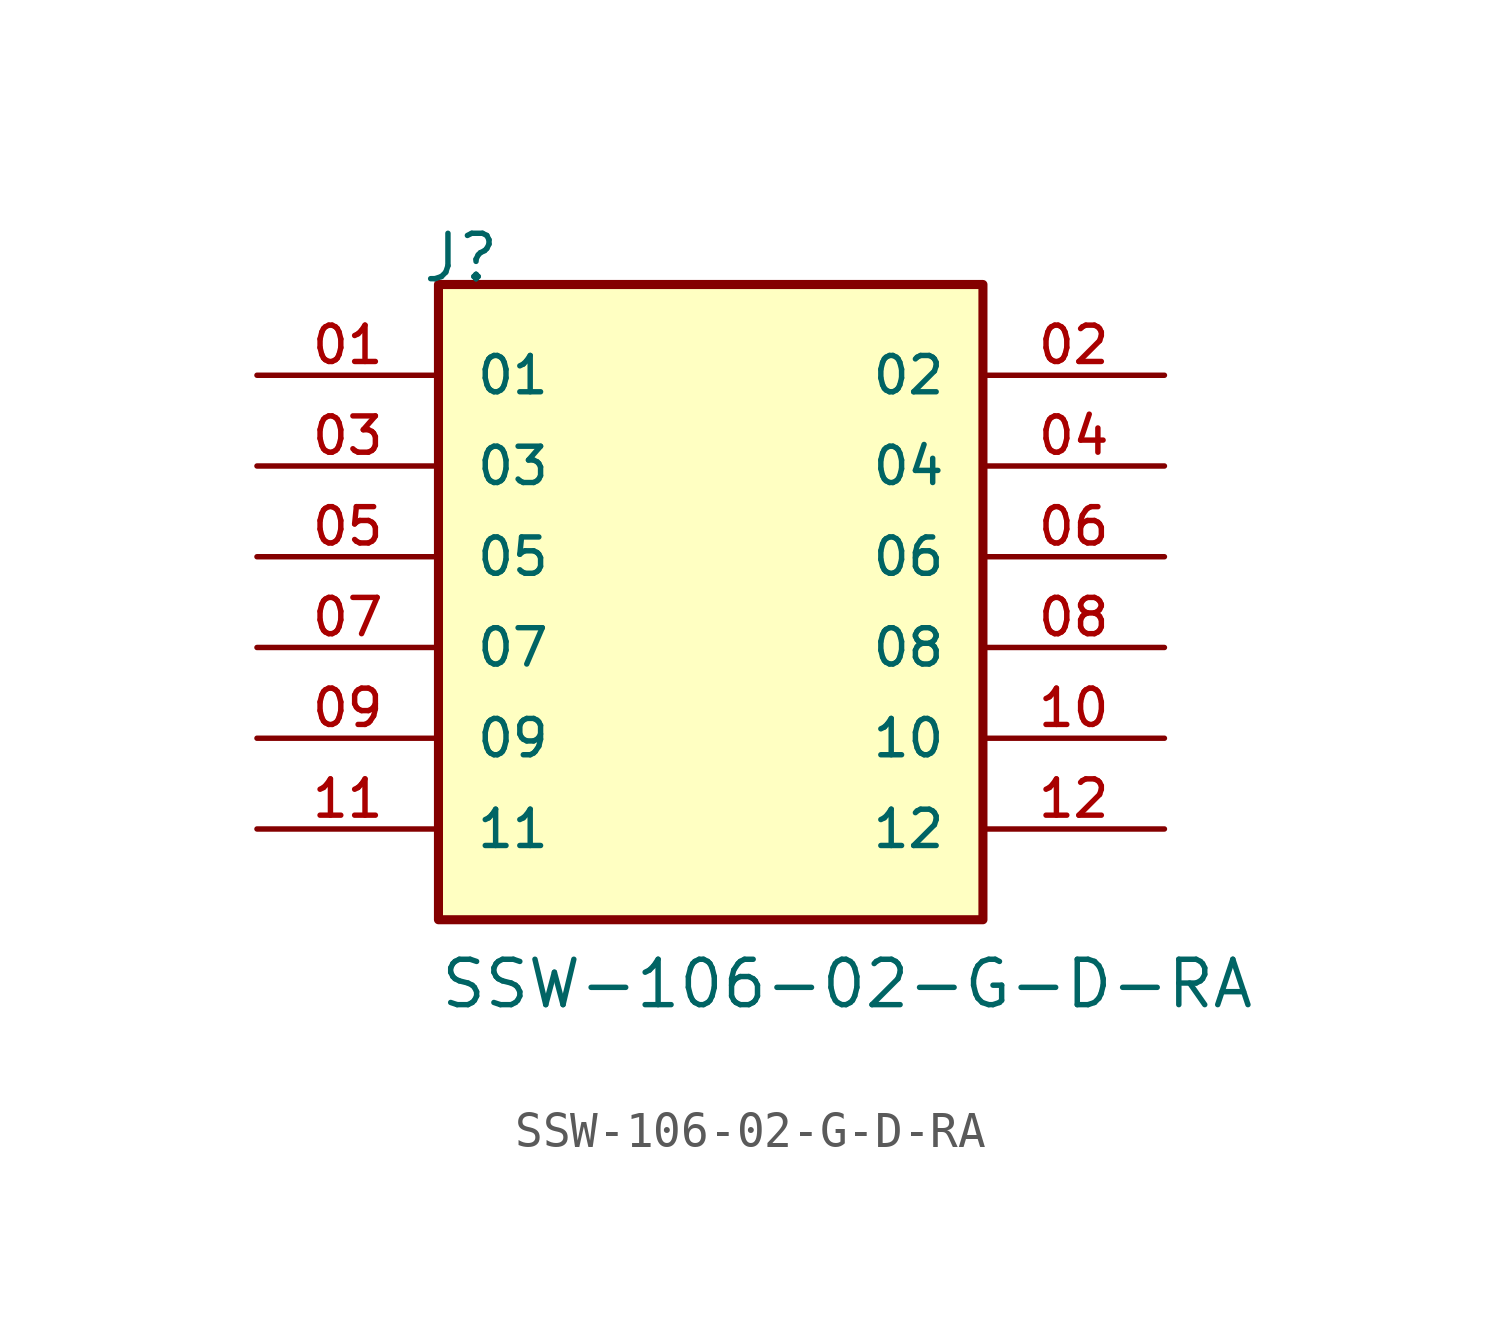
<source format=kicad_sym>
(kicad_symbol_lib
  (version 20211014)
  (generator kicad_symbol_editor)
  (symbol "SSW-106-02-G-D-RA"
    (pin_names
      (offset 1.016))
    (property "Reference" "J"
      (at -8.12 10.16 0)
      (effects (font (size 1.27 1.27)) (justify bottom left)))
    (property "Value" "SSW-106-02-G-D-RA"
      (at -7.62 -10.16 0)
      (effects (font (size 1.27 1.27)) (justify bottom left)))
    (symbol "SSW-106-02-G-D-RA_0_0"
      (rectangle (start -7.62 -7.62) (end 7.62 10.16) (stroke (width 0.254)) (fill (type background)))
      (pin passive line (at -12.7 7.62 0) (length 5.08) (name "01" (effects (font (size 1.016 1.016)))) (number "01" (effects (font (size 1.016 1.016)))))
      (pin passive line (at 12.7 7.62 180.0) (length 5.08) (name "02" (effects (font (size 1.016 1.016)))) (number "02" (effects (font (size 1.016 1.016)))))
      (pin passive line (at -12.7 5.08 0) (length 5.08) (name "03" (effects (font (size 1.016 1.016)))) (number "03" (effects (font (size 1.016 1.016)))))
      (pin passive line (at 12.7 5.08 180.0) (length 5.08) (name "04" (effects (font (size 1.016 1.016)))) (number "04" (effects (font (size 1.016 1.016)))))
      (pin passive line (at -12.7 2.54 0) (length 5.08) (name "05" (effects (font (size 1.016 1.016)))) (number "05" (effects (font (size 1.016 1.016)))))
      (pin passive line (at 12.7 2.54 180.0) (length 5.08) (name "06" (effects (font (size 1.016 1.016)))) (number "06" (effects (font (size 1.016 1.016)))))
      (pin passive line (at -12.7 0.0 0) (length 5.08) (name "07" (effects (font (size 1.016 1.016)))) (number "07" (effects (font (size 1.016 1.016)))))
      (pin passive line (at 12.7 0.0 180.0) (length 5.08) (name "08" (effects (font (size 1.016 1.016)))) (number "08" (effects (font (size 1.016 1.016)))))
      (pin passive line (at -12.7 -2.54 0) (length 5.08) (name "09" (effects (font (size 1.016 1.016)))) (number "09" (effects (font (size 1.016 1.016)))))
      (pin passive line (at 12.7 -2.54 180.0) (length 5.08) (name "10" (effects (font (size 1.016 1.016)))) (number "10" (effects (font (size 1.016 1.016)))))
      (pin passive line (at -12.7 -5.08 0) (length 5.08) (name "11" (effects (font (size 1.016 1.016)))) (number "11" (effects (font (size 1.016 1.016)))))
      (pin passive line (at 12.7 -5.08 180.0) (length 5.08) (name "12" (effects (font (size 1.016 1.016)))) (number "12" (effects (font (size 1.016 1.016))))))))
</source>
